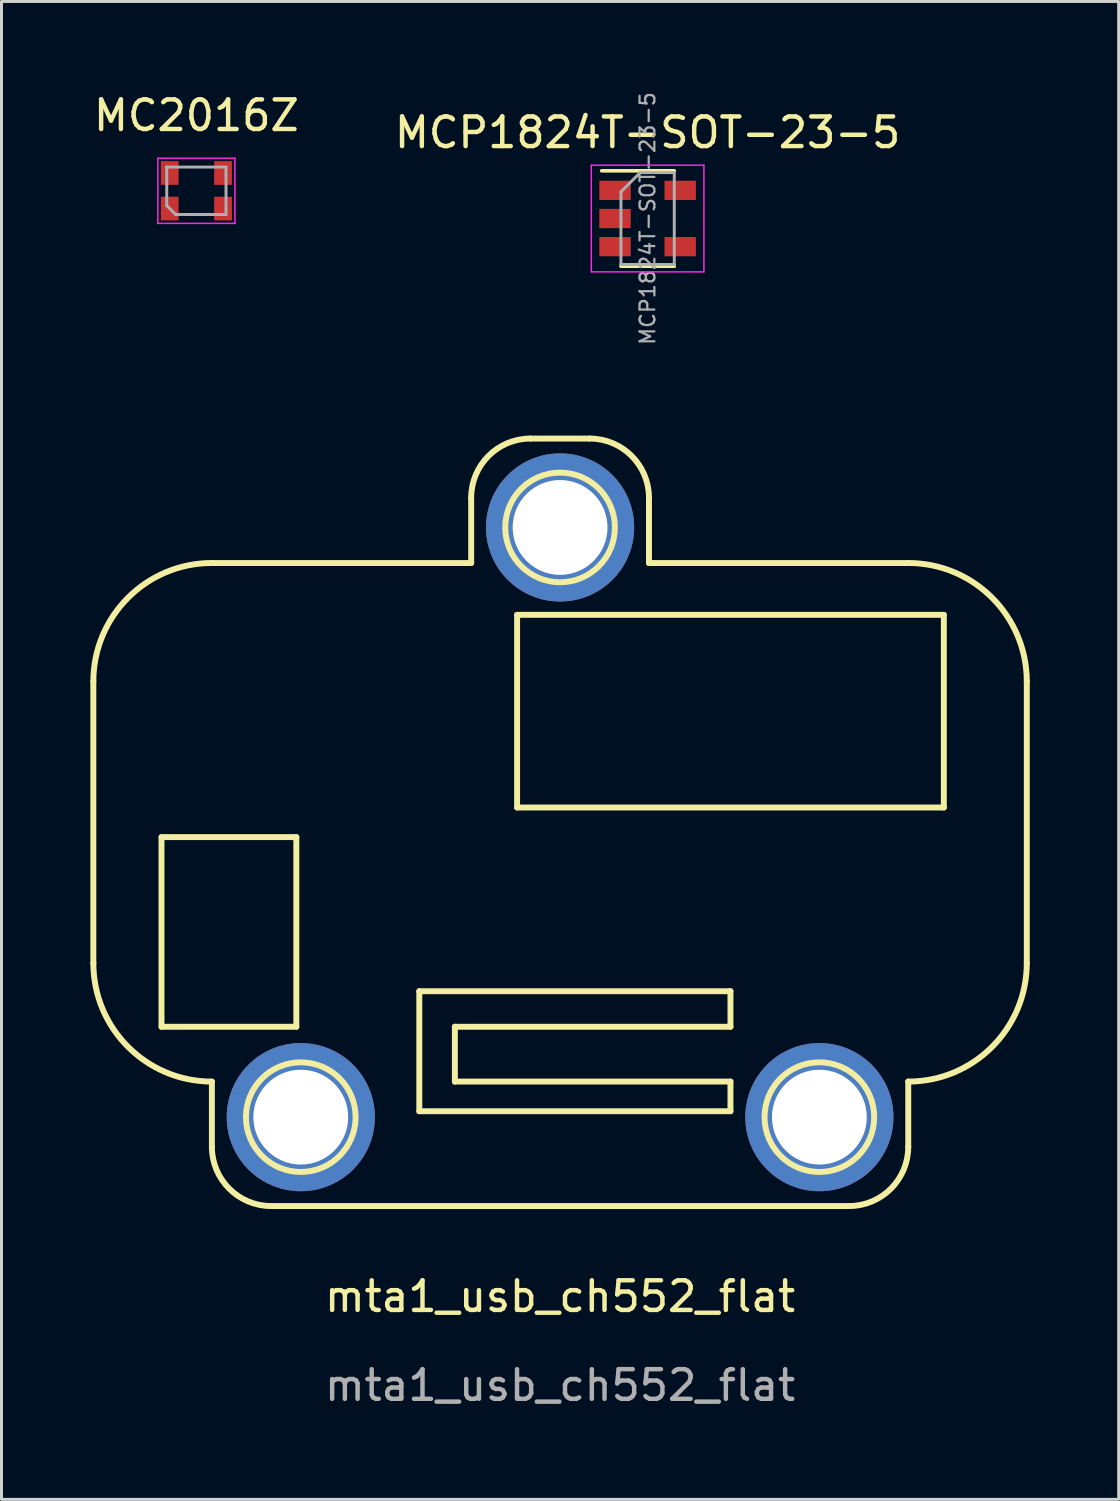
<source format=kicad_pcb>
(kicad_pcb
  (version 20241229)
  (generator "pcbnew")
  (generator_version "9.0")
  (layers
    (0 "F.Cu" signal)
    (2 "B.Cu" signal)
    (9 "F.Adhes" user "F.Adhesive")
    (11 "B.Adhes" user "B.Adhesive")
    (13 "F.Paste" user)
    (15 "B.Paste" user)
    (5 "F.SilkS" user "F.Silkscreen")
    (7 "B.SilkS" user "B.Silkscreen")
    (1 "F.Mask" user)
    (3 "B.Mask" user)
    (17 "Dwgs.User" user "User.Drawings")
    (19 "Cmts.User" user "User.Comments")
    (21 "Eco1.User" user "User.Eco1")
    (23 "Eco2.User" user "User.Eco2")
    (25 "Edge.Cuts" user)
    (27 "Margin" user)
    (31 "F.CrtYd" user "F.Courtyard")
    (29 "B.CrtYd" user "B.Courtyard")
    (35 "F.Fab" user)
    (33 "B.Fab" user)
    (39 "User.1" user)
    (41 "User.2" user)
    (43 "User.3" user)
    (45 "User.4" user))
  (footprint "MC2016Z"
    (layer "F.Cu")
    (at 3.577 3.388)
    (property "Reference" "MC2016Z" (at 0 -2.54 0) (layer "F.SilkS") (effects (font (size 1 1) (thickness 0.15))))
    (attr smd)
    (fp_line (start -1.3 -1.1) (end -1.3 1.1) (stroke (width 0.05) (type solid)) (layer "F.CrtYd"))
    (fp_line (start -1.3 -1.1) (end 1.3 -1.1) (stroke (width 0.05) (type solid)) (layer "F.CrtYd"))
    (fp_line (start 1.3 -1.1) (end 1.3 1.1) (stroke (width 0.05) (type solid)) (layer "F.CrtYd"))
    (fp_line (start 1.3 1.1) (end -1.3 1.1) (stroke (width 0.05) (type solid)) (layer "F.CrtYd"))
    (fp_line (start -1 -0.8) (end 1 -0.8) (stroke (width 0.1) (type solid)) (layer "F.Fab"))
    (fp_line (start -1 0.5) (end -1 -0.8) (stroke (width 0.1) (type solid)) (layer "F.Fab"))
    (fp_line (start -1 0.5) (end -0.7 0.8) (stroke (width 0.1) (type solid)) (layer "F.Fab"))
    (fp_line (start 1 -0.8) (end 1 0.8) (stroke (width 0.1) (type solid)) (layer "F.Fab"))
    (fp_line (start 1 0.8) (end -0.7 0.8) (stroke (width 0.1) (type solid)) (layer "F.Fab"))
    (pad "1" smd rect (at -0.9 0.6) (size 0.6 0.8) (layers "F.Cu" "F.Mask" "F.Paste"))
    (pad "2" smd rect (at 0.9 0.6) (size 0.6 0.8) (layers "F.Cu" "F.Mask" "F.Paste"))
    (pad "3" smd rect (at 0.9 -0.6) (size 0.6 0.8) (layers "F.Cu" "F.Mask" "F.Paste"))
    (pad "4" smd rect (at -0.9 -0.6) (size 0.6 0.8) (layers "F.Cu" "F.Mask" "F.Paste")))
  (footprint "MCP1824T-SOT-23-5"
    (layer "F.Cu")
    (at 18.804 4.324)
    (property "Reference" "MCP1824T-SOT-23-5" (at 0 -2.9 0) (layer "F.SilkS") (effects (font (size 1 1) (thickness 0.15))))
    (attr smd)
    (fp_line (start -0.9 1.61) (end 0.9 1.61) (stroke (width 0.12) (type solid)) (layer "F.SilkS"))
    (fp_line (start 0.9 -1.61) (end -1.55 -1.61) (stroke (width 0.12) (type solid)) (layer "F.SilkS"))
    (fp_line (start -1.9 -1.8) (end 1.9 -1.8) (stroke (width 0.05) (type solid)) (layer "F.CrtYd"))
    (fp_line (start -1.9 1.8) (end -1.9 -1.8) (stroke (width 0.05) (type solid)) (layer "F.CrtYd"))
    (fp_line (start 1.9 -1.8) (end 1.9 1.8) (stroke (width 0.05) (type solid)) (layer "F.CrtYd"))
    (fp_line (start 1.9 1.8) (end -1.9 1.8) (stroke (width 0.05) (type solid)) (layer "F.CrtYd"))
    (fp_line (start -0.9 -0.9) (end -0.9 1.55) (stroke (width 0.1) (type solid)) (layer "F.Fab"))
    (fp_line (start -0.9 -0.9) (end -0.25 -1.55) (stroke (width 0.1) (type solid)) (layer "F.Fab"))
    (fp_line (start 0.9 -1.55) (end -0.25 -1.55) (stroke (width 0.1) (type solid)) (layer "F.Fab"))
    (fp_line (start 0.9 -1.55) (end 0.9 1.55) (stroke (width 0.1) (type solid)) (layer "F.Fab"))
    (fp_line (start 0.9 1.55) (end -0.9 1.55) (stroke (width 0.1) (type solid)) (layer "F.Fab"))
    (fp_text user "${REFERENCE}" (at 0 0 90) (layer "F.Fab") (effects (font (size 0.5 0.5) (thickness 0.075))))
    (pad "1" smd rect (at -1.1 -0.95) (size 1.06 0.65) (layers "F.Cu" "F.Mask" "F.Paste"))
    (pad "2" smd rect (at -1.1 0) (size 1.06 0.65) (layers "F.Cu" "F.Mask" "F.Paste"))
    (pad "3" smd rect (at -1.1 0.95) (size 1.06 0.65) (layers "F.Cu" "F.Mask" "F.Paste"))
    (pad "4" smd rect (at 1.1 0.95) (size 1.06 0.65) (layers "F.Cu" "F.Mask" "F.Paste"))
    (pad "5" smd rect (at 1.1 -0.95) (size 1.06 0.65) (layers "F.Cu" "F.Mask" "F.Paste")))
  (footprint "mta1_usb_ch552_flat"
    (layer "F.Cu")
    (at 15.85 24.699)
    (property "Reference" "mta1_usb_ch552_flat" (at 0 16 0) (unlocked yes) (layer "F.SilkS") (effects (font (size 1 1) (thickness 0.15))))
    (attr smd)
    (fp_line (start -15.75 4.75) (end -15.75 -4.75) (stroke (width 0.2) (type solid)) (layer "F.SilkS"))
    (fp_line (start -13.45 0.5) (end -13.45 6.9) (stroke (width 0.2) (type solid)) (layer "F.SilkS"))
    (fp_line (start -13.45 6.9) (end -8.9 6.9) (stroke (width 0.2) (type solid)) (layer "F.SilkS"))
    (fp_line (start -11.75 -8.75) (end -3 -8.75) (stroke (width 0.2) (type solid)) (layer "F.SilkS"))
    (fp_line (start -11.75 10.95) (end -11.75 8.75) (stroke (width 0.2) (type solid)) (layer "F.SilkS"))
    (fp_line (start -8.9 0.5) (end -13.45 0.5) (stroke (width 0.2) (type solid)) (layer "F.SilkS"))
    (fp_line (start -8.9 6.9) (end -8.9 0.5) (stroke (width 0.2) (type solid)) (layer "F.SilkS"))
    (fp_line (start -4.75 5.7) (end -4.75 9.75) (stroke (width 0.2) (type solid)) (layer "F.SilkS"))
    (fp_line (start -4.75 9.75) (end 5.75 9.75) (stroke (width 0.2) (type solid)) (layer "F.SilkS"))
    (fp_line (start -3.55 6.9) (end 5.75 6.9) (stroke (width 0.2) (type solid)) (layer "F.SilkS"))
    (fp_line (start -3.55 8.75) (end -3.55 6.9) (stroke (width 0.2) (type solid)) (layer "F.SilkS"))
    (fp_line (start -3 -8.75) (end -3 -10.95) (stroke (width 0.2) (type solid)) (layer "F.SilkS"))
    (fp_line (start -1.45 -7) (end -1.45 -0.5) (stroke (width 0.2) (type solid)) (layer "F.SilkS"))
    (fp_line (start -1.45 -0.5) (end 12.95 -0.5) (stroke (width 0.2) (type solid)) (layer "F.SilkS"))
    (fp_line (start -1 -12.95) (end 1 -12.95) (stroke (width 0.2) (type solid)) (layer "F.SilkS"))
    (fp_line (start 3 -10.95) (end 3 -8.75) (stroke (width 0.2) (type solid)) (layer "F.SilkS"))
    (fp_line (start 3 -8.75) (end 11.75 -8.75) (stroke (width 0.2) (type solid)) (layer "F.SilkS"))
    (fp_line (start 5.75 5.7) (end -4.75 5.7) (stroke (width 0.2) (type solid)) (layer "F.SilkS"))
    (fp_line (start 5.75 6.9) (end 5.75 5.7) (stroke (width 0.2) (type solid)) (layer "F.SilkS"))
    (fp_line (start 5.75 8.75) (end -3.55 8.75) (stroke (width 0.2) (type solid)) (layer "F.SilkS"))
    (fp_line (start 5.75 9.75) (end 5.75 8.75) (stroke (width 0.2) (type solid)) (layer "F.SilkS"))
    (fp_line (start 9.75 12.95) (end -9.75 12.95) (stroke (width 0.2) (type solid)) (layer "F.SilkS"))
    (fp_line (start 11.75 8.75) (end 11.75 10.95) (stroke (width 0.2) (type solid)) (layer "F.SilkS"))
    (fp_line (start 12.95 -7) (end -1.45 -7) (stroke (width 0.2) (type solid)) (layer "F.SilkS"))
    (fp_line (start 12.95 -0.5) (end 12.95 -7) (stroke (width 0.2) (type solid)) (layer "F.SilkS"))
    (fp_line (start 15.75 -4.75) (end 15.75 4.75) (stroke (width 0.2) (type solid)) (layer "F.SilkS"))
    (fp_arc (start -15.75 -4.75) (mid -14.578427 -7.578427) (end -11.75 -8.75) (stroke (width 0.2) (type solid)) (layer "F.SilkS"))
    (fp_arc (start -11.75 8.75) (mid -14.578427 7.578427) (end -15.75 4.75) (stroke (width 0.2) (type solid)) (layer "F.SilkS"))
    (fp_arc (start -9.75 12.95) (mid -11.164214 12.364214) (end -11.75 10.95) (stroke (width 0.2) (type solid)) (layer "F.SilkS"))
    (fp_arc (start -3 -10.95) (mid -2.414214 -12.364214) (end -1 -12.95) (stroke (width 0.2) (type solid)) (layer "F.SilkS"))
    (fp_arc (start 1 -12.95) (mid 2.414214 -12.364214) (end 3 -10.95) (stroke (width 0.2) (type solid)) (layer "F.SilkS"))
    (fp_arc (start 11.75 -8.75) (mid 14.578427 -7.578427) (end 15.75 -4.75) (stroke (width 0.2) (type solid)) (layer "F.SilkS"))
    (fp_arc (start 11.75 10.95) (mid 11.164214 12.364214) (end 9.75 12.95) (stroke (width 0.2) (type solid)) (layer "F.SilkS"))
    (fp_arc (start 15.75 4.75) (mid 14.578427 7.578427) (end 11.75 8.75) (stroke (width 0.2) (type solid)) (layer "F.SilkS"))
    (fp_circle (center -8.75 9.95) (end -6.9 9.95) (stroke (width 0.2) (type solid)) (fill no) (layer "F.SilkS"))
    (fp_circle (center 0 -9.95) (end 1.85 -9.95) (stroke (width 0.2) (type solid)) (fill no) (layer "F.SilkS"))
    (fp_circle (center 8.75 9.95) (end 10.6 9.95) (stroke (width 0.2) (type solid)) (fill no) (layer "F.SilkS"))
    (fp_text user "${REFERENCE}" (at 0 19 0) (unlocked yes) (layer "F.Fab") (effects (font (size 1 1) (thickness 0.15))))
    (pad "M1" thru_hole circle (at 0 -9.95) (size 5 5) (drill 3.2) (layers "*.Cu" "*.Mask"))
    (pad "M2" thru_hole circle (at -8.75 9.95) (size 5 5) (drill 3.2) (layers "*.Cu" "*.Mask"))
    (pad "M3" thru_hole circle (at 8.75 9.95) (size 5 5) (drill 3.2) (layers "*.Cu" "*.Mask")))
  (gr_rect
    (start -3 -3)
    (end 34.7 47.547)
    (stroke (width 0.1) (type default))
    (fill no)
    (layer "Edge.Cuts")))
</source>
